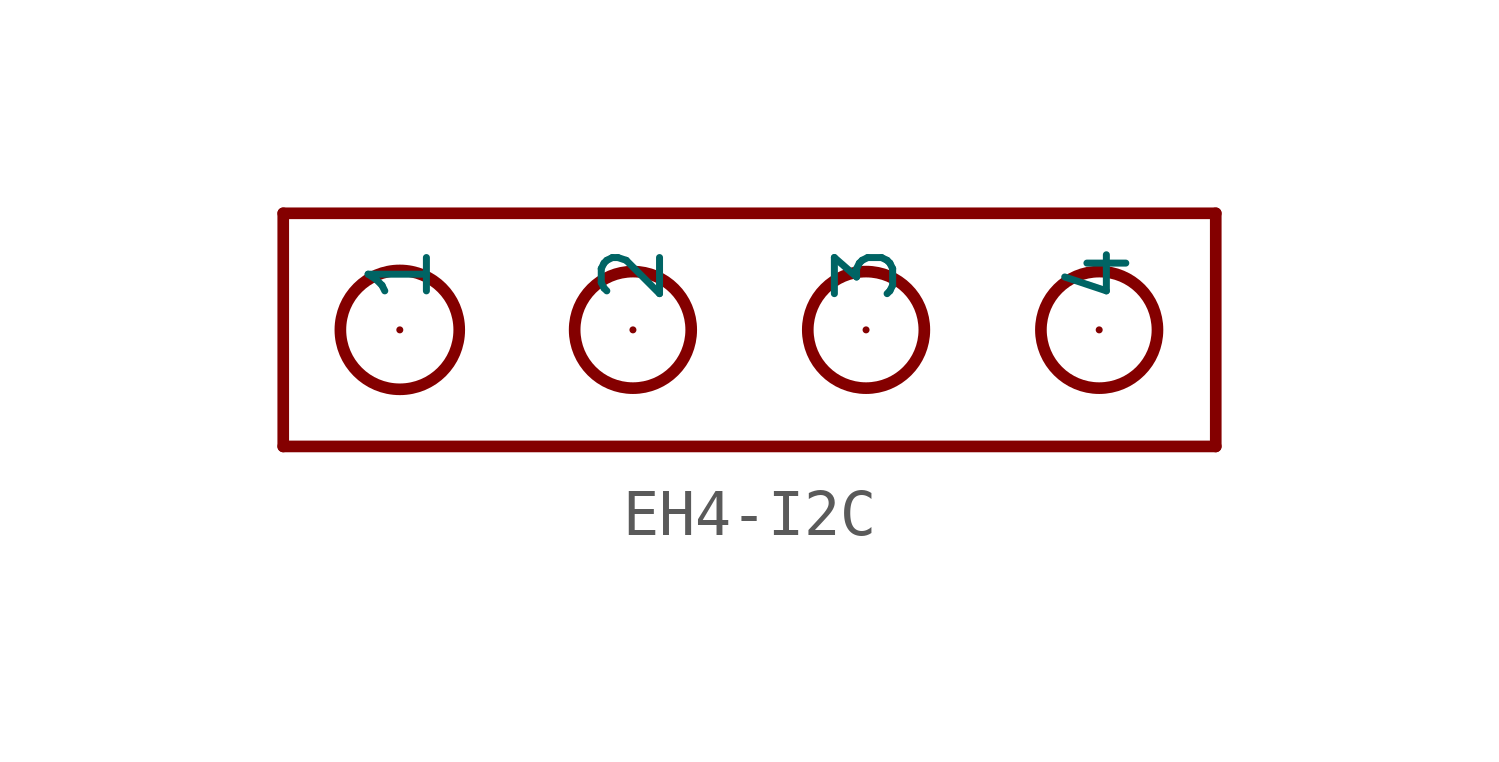
<source format=kicad_sym>
(kicad_symbol_lib
  (version 20220914)
  (generator kicad_symbol_editor)
  (symbol "EH4-I2C"
    (property "Reference" ""
      (at 0 0 0)
      (effects (font (size 1.27 1.27)) hide))
    (property "ki_locked" ""
      (at 0 0 0)
      (effects (font (size 1.27 1.27))))
    (symbol "EH4-I2C_1_0"
      (circle (center -7.62 0) (radius 1.295) (stroke (width 0.254) (type solid)) (fill (type none)))
      (circle (center -2.54 0) (radius 1.27) (stroke (width 0.254) (type solid)) (fill (type none)))
      (polyline (pts (xy -10.16 -2.54) (xy -10.16 2.54)) (stroke (width 0.254) (type solid)) (fill (type none)))
      (polyline (pts (xy -10.16 2.54) (xy 10.16 2.54)) (stroke (width 0.254) (type solid)) (fill (type none)))
      (polyline (pts (xy 10.16 -2.54) (xy -10.16 -2.54)) (stroke (width 0.254) (type solid)) (fill (type none)))
      (polyline (pts (xy 10.16 2.54) (xy 10.16 -2.54)) (stroke (width 0.254) (type solid)) (fill (type none)))
      (circle (center 2.54 0) (radius 1.27) (stroke (width 0.254) (type solid)) (fill (type none)))
      (circle (center 7.62 0) (radius 1.27) (stroke (width 0.254) (type solid)) (fill (type none)))
      (pin bidirectional line (at -7.62 0 90) (length 0) (name "1" (effects (font (size 1.27 1.27)))) (number "1" (effects (font (size 0 0)))))
      (pin bidirectional line (at -2.54 0 90) (length 0) (name "2" (effects (font (size 1.27 1.27)))) (number "2" (effects (font (size 0 0)))))
      (pin bidirectional line (at 2.54 0 90) (length 0) (name "3" (effects (font (size 1.27 1.27)))) (number "3" (effects (font (size 0 0)))))
      (pin bidirectional line (at 7.62 0 90) (length 0) (name "4" (effects (font (size 1.27 1.27)))) (number "4" (effects (font (size 0 0))))))))
</source>
